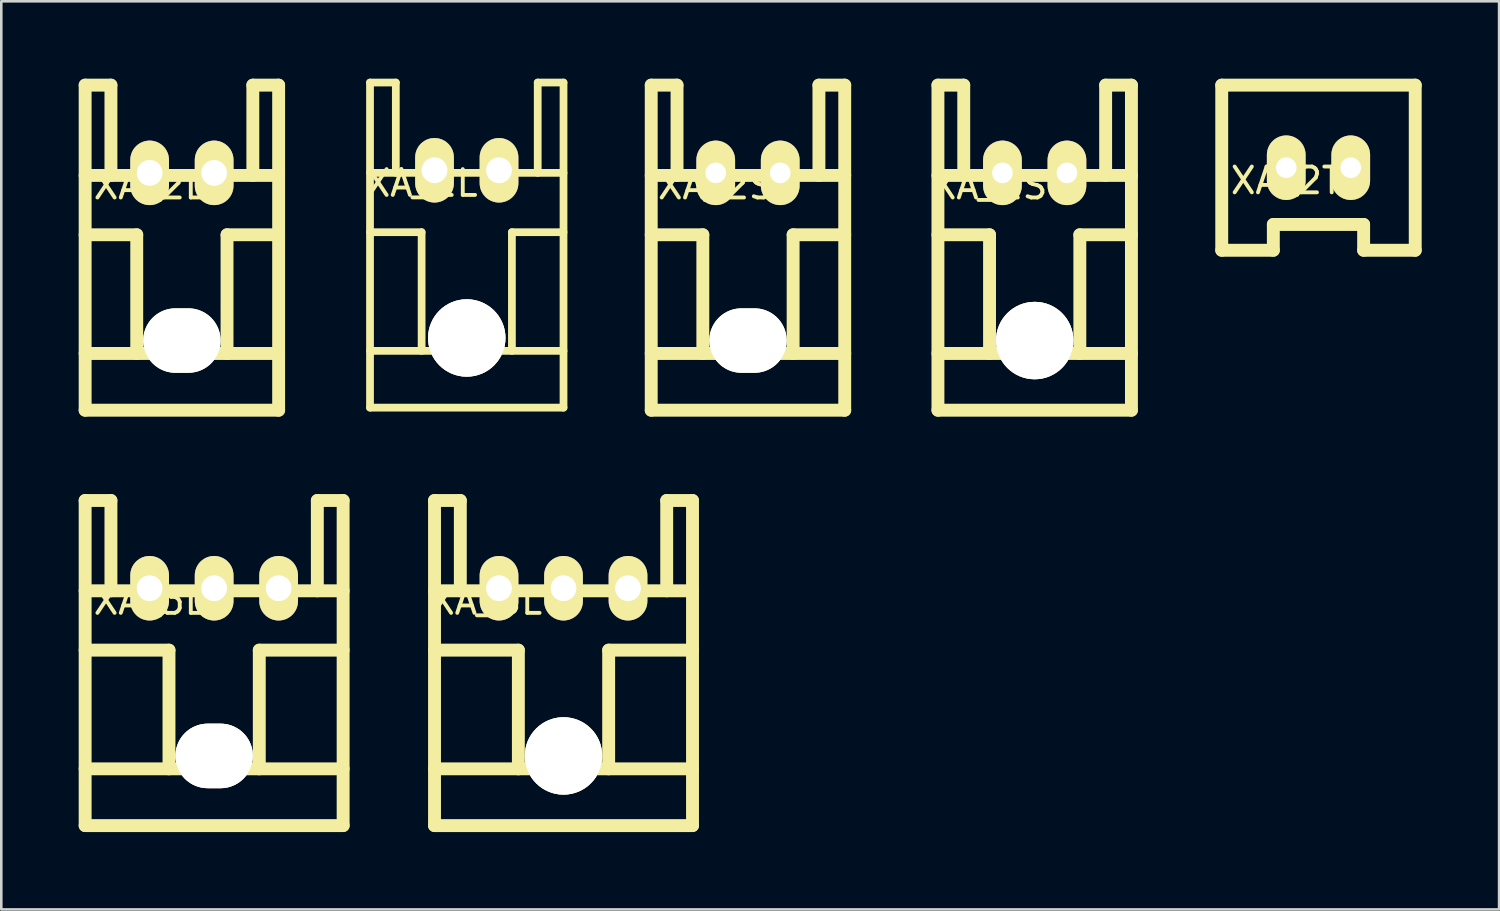
<source format=kicad_pcb>
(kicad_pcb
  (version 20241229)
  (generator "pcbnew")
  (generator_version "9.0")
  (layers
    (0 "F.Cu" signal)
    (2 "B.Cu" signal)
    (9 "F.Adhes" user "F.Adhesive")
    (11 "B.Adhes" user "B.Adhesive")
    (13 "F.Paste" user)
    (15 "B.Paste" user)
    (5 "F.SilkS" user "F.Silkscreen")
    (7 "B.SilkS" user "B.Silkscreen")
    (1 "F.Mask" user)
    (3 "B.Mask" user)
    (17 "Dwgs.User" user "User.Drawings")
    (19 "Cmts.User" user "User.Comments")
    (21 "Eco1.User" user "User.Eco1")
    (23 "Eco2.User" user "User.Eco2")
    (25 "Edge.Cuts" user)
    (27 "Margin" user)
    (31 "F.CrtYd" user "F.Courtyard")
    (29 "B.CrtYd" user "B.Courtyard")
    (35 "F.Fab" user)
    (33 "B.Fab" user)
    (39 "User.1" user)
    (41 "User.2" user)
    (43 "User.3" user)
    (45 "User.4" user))
  (footprint "XA_2S"
    (layer "F.Cu")
    (at 24.692 3.65)
    (property "Reference" "XA_2S" (at 0 0.5 0) (layer "F.SilkS") (effects (font (size 1 1) (thickness 0.15))))
    (attr through_hole)
    (fp_line (start -2.5 -3.4) (end -2.5 9.2) (stroke (width 0.5) (type solid)) (layer "F.SilkS"))
    (fp_line (start -2.5 0.1) (end 5 0.1) (stroke (width 0.5) (type solid)) (layer "F.SilkS"))
    (fp_line (start -2.5 7) (end 5 7) (stroke (width 0.5) (type solid)) (layer "F.SilkS"))
    (fp_line (start -2.5 9.2) (end 5 9.2) (stroke (width 0.5) (type solid)) (layer "F.SilkS"))
    (fp_line (start -1.5 -3.4) (end -2.5 -3.4) (stroke (width 0.5) (type solid)) (layer "F.SilkS"))
    (fp_line (start -1.5 -3.4) (end -1.5 0.1) (stroke (width 0.5) (type solid)) (layer "F.SilkS"))
    (fp_line (start -0.5 2.4) (end -2.5 2.4) (stroke (width 0.5) (type solid)) (layer "F.SilkS"))
    (fp_line (start -0.5 2.4) (end -0.5 7) (stroke (width 0.5) (type solid)) (layer "F.SilkS"))
    (fp_line (start 3 2.4) (end 3 7) (stroke (width 0.5) (type solid)) (layer "F.SilkS"))
    (fp_line (start 3 2.4) (end 5 2.4) (stroke (width 0.5) (type solid)) (layer "F.SilkS"))
    (fp_line (start 4 -3.4) (end 4 0.1) (stroke (width 0.5) (type solid)) (layer "F.SilkS"))
    (fp_line (start 5 -3.4) (end 4 -3.4) (stroke (width 0.5) (type solid)) (layer "F.SilkS"))
    (fp_line (start 5 -3.4) (end 5 9.2) (stroke (width 0.5) (type solid)) (layer "F.SilkS"))
    (pad "" np_thru_hole oval (at 1.25 6.5) (size 3 2.5) (drill oval 3 2.5) (layers "*.Cu" "*.Mask" "F.SilkS"))
    (pad "1" thru_hole oval (at 0 0) (size 1.5 2.5) (drill 0.8) (layers "*.Cu" "*.Mask" "F.SilkS"))
    (pad "2" thru_hole oval (at 2.5 0) (size 1.5 2.5) (drill 0.8) (layers "*.Cu" "*.Mask" "F.SilkS")))
  (footprint "XA_3L"
    (layer "F.Cu")
    (at 2.75 19.75)
    (property "Reference" "XA_3L" (at 0 0.5 0) (layer "F.SilkS") (effects (font (size 1 1) (thickness 0.15))))
    (attr through_hole)
    (fp_line (start -2.5 -3.4) (end -2.5 9.2) (stroke (width 0.5) (type solid)) (layer "F.SilkS"))
    (fp_line (start -2.5 -3.4) (end -1.5 -3.4) (stroke (width 0.5) (type solid)) (layer "F.SilkS"))
    (fp_line (start -2.5 7) (end 7.5 7) (stroke (width 0.5) (type solid)) (layer "F.SilkS"))
    (fp_line (start -1.5 -3.4) (end -1.5 0.1) (stroke (width 0.5) (type solid)) (layer "F.SilkS"))
    (fp_line (start 0.75 2.4) (end -2.5 2.4) (stroke (width 0.5) (type solid)) (layer "F.SilkS"))
    (fp_line (start 0.75 2.4) (end 0.75 7) (stroke (width 0.5) (type solid)) (layer "F.SilkS"))
    (fp_line (start 4.25 2.4) (end 4.25 7) (stroke (width 0.5) (type solid)) (layer "F.SilkS"))
    (fp_line (start 4.25 2.4) (end 7.5 2.4) (stroke (width 0.5) (type solid)) (layer "F.SilkS"))
    (fp_line (start 6.5 -3.4) (end 6.5 0.1) (stroke (width 0.5) (type solid)) (layer "F.SilkS"))
    (fp_line (start 7.5 -3.4) (end 6.5 -3.4) (stroke (width 0.5) (type solid)) (layer "F.SilkS"))
    (fp_line (start 7.5 -3.4) (end 7.5 9.2) (stroke (width 0.5) (type solid)) (layer "F.SilkS"))
    (fp_line (start 7.5 0.1) (end -2.5 0.1) (stroke (width 0.5) (type solid)) (layer "F.SilkS"))
    (fp_line (start 7.5 9.2) (end -2.5 9.2) (stroke (width 0.5) (type solid)) (layer "F.SilkS"))
    (pad "" thru_hole oval (at 2.5 6.5) (size 3 2.5) (drill oval 3 2.5) (layers "*.Cu" "*.Mask" "F.SilkS"))
    (pad "1" thru_hole oval (at 0 0) (size 1.5 2.5) (drill 1) (layers "*.Cu" "*.Mask" "F.SilkS"))
    (pad "2" thru_hole oval (at 2.5 0) (size 1.5 2.5) (drill 1) (layers "*.Cu" "*.Mask" "F.SilkS"))
    (pad "3" thru_hole oval (at 5 0) (size 1.5 2.5) (drill 1) (layers "*.Cu" "*.Mask" "F.SilkS")))
  (footprint "XA_2T"
    (layer "F.Cu")
    (at 46.805 3.45)
    (property "Reference" "XA_2T" (at 0 0.5 0) (layer "F.SilkS") (effects (font (size 1 1) (thickness 0.15))))
    (attr through_hole)
    (fp_line (start -2.5 -3.2) (end -2.5 3.2) (stroke (width 0.5) (type solid)) (layer "F.SilkS"))
    (fp_line (start -2.5 3.2) (end -0.5 3.2) (stroke (width 0.5) (type solid)) (layer "F.SilkS"))
    (fp_line (start -0.5 2.2) (end 3 2.2) (stroke (width 0.5) (type solid)) (layer "F.SilkS"))
    (fp_line (start -0.5 3.2) (end -0.5 2.2) (stroke (width 0.5) (type solid)) (layer "F.SilkS"))
    (fp_line (start 3 2.2) (end 3 3.2) (stroke (width 0.5) (type solid)) (layer "F.SilkS"))
    (fp_line (start 3 3.2) (end 5 3.2) (stroke (width 0.5) (type solid)) (layer "F.SilkS"))
    (fp_line (start 5 -3.2) (end -2.5 -3.2) (stroke (width 0.5) (type solid)) (layer "F.SilkS"))
    (fp_line (start 5 3.2) (end 5 -3.2) (stroke (width 0.5) (type solid)) (layer "F.SilkS"))
    (pad "1" thru_hole oval (at 0 0) (size 1.5 2.5) (drill 0.8) (layers "*.Cu" "*.Mask" "F.SilkS"))
    (pad "2" thru_hole oval (at 2.5 0) (size 1.5 2.5) (drill 0.8) (layers "*.Cu" "*.Mask" "F.SilkS")))
  (footprint "XA_2L"
    (layer "F.Cu")
    (at 2.75 3.65)
    (property "Reference" "XA_2L" (at 0 0.5 0) (layer "F.SilkS") (effects (font (size 1 1) (thickness 0.15))))
    (attr through_hole)
    (fp_line (start -2.5 -3.4) (end -2.5 9.2) (stroke (width 0.5) (type solid)) (layer "F.SilkS"))
    (fp_line (start -2.5 0.1) (end 5 0.1) (stroke (width 0.5) (type solid)) (layer "F.SilkS"))
    (fp_line (start -2.5 7) (end 5 7) (stroke (width 0.5) (type solid)) (layer "F.SilkS"))
    (fp_line (start -2.5 9.2) (end 5 9.2) (stroke (width 0.5) (type solid)) (layer "F.SilkS"))
    (fp_line (start -1.5 -3.4) (end -2.5 -3.4) (stroke (width 0.5) (type solid)) (layer "F.SilkS"))
    (fp_line (start -1.5 -3.4) (end -1.5 0.1) (stroke (width 0.5) (type solid)) (layer "F.SilkS"))
    (fp_line (start -0.5 2.4) (end -2.5 2.4) (stroke (width 0.5) (type solid)) (layer "F.SilkS"))
    (fp_line (start -0.5 2.4) (end -0.5 7) (stroke (width 0.5) (type solid)) (layer "F.SilkS"))
    (fp_line (start 3 2.4) (end 3 7) (stroke (width 0.5) (type solid)) (layer "F.SilkS"))
    (fp_line (start 3 2.4) (end 5 2.4) (stroke (width 0.5) (type solid)) (layer "F.SilkS"))
    (fp_line (start 4 -3.4) (end 4 0.1) (stroke (width 0.5) (type solid)) (layer "F.SilkS"))
    (fp_line (start 5 -3.4) (end 4 -3.4) (stroke (width 0.5) (type solid)) (layer "F.SilkS"))
    (fp_line (start 5 -3.4) (end 5 9.2) (stroke (width 0.5) (type solid)) (layer "F.SilkS"))
    (pad "" np_thru_hole oval (at 1.25 6.5) (size 3 2.5) (drill oval 3 2.5) (layers "*.Cu" "*.Mask" "F.SilkS"))
    (pad "1" thru_hole oval (at 0 0) (size 1.5 2.5) (drill 1) (layers "*.Cu" "*.Mask" "F.SilkS"))
    (pad "2" thru_hole oval (at 2.5 0) (size 1.5 2.5) (drill 1) (layers "*.Cu" "*.Mask" "F.SilkS")))
  (footprint "XA_2LC"
    (layer "F.Cu")
    (at 13.792 3.55)
    (property "Reference" "XA_2LC" (at 0 0.5 0) (layer "F.SilkS") (effects (font (size 1 1) (thickness 0.15))))
    (attr through_hole)
    (fp_line (start -2.5 -3.4) (end -2.5 9.2) (stroke (width 0.3) (type solid)) (layer "F.SilkS"))
    (fp_line (start -2.5 0.1) (end 5 0.1) (stroke (width 0.3) (type solid)) (layer "F.SilkS"))
    (fp_line (start -2.5 7) (end 5 7) (stroke (width 0.3) (type solid)) (layer "F.SilkS"))
    (fp_line (start -2.5 9.2) (end 5 9.2) (stroke (width 0.3) (type solid)) (layer "F.SilkS"))
    (fp_line (start -1.5 -3.4) (end -2.5 -3.4) (stroke (width 0.3) (type solid)) (layer "F.SilkS"))
    (fp_line (start -1.5 -3.4) (end -1.5 0.1) (stroke (width 0.3) (type solid)) (layer "F.SilkS"))
    (fp_line (start -0.5 2.4) (end -2.5 2.4) (stroke (width 0.3) (type solid)) (layer "F.SilkS"))
    (fp_line (start -0.5 2.4) (end -0.5 7) (stroke (width 0.3) (type solid)) (layer "F.SilkS"))
    (fp_line (start 3 2.4) (end 3 7) (stroke (width 0.3) (type solid)) (layer "F.SilkS"))
    (fp_line (start 3 2.4) (end 5 2.4) (stroke (width 0.3) (type solid)) (layer "F.SilkS"))
    (fp_line (start 4 -3.4) (end 4 0.1) (stroke (width 0.3) (type solid)) (layer "F.SilkS"))
    (fp_line (start 5 -3.4) (end 4 -3.4) (stroke (width 0.3) (type solid)) (layer "F.SilkS"))
    (fp_line (start 5 -3.4) (end 5 9.2) (stroke (width 0.3) (type solid)) (layer "F.SilkS"))
    (pad "" thru_hole circle (at 1.25 6.5) (size 3 3) (drill 3) (layers "*.Cu" "*.Mask" "F.SilkS"))
    (pad "1" thru_hole oval (at 0 0) (size 1.5 2.5) (drill 1) (layers "*.Cu" "*.Mask" "F.SilkS"))
    (pad "2" thru_hole oval (at 2.5 0) (size 1.5 2.5) (drill 1) (layers "*.Cu" "*.Mask" "F.SilkS")))
  (footprint "XA_3LC"
    (layer "F.Cu")
    (at 16.292 19.75)
    (property "Reference" "XA_3LC" (at 0 0.5 0) (layer "F.SilkS") (effects (font (size 1 1) (thickness 0.15))))
    (attr through_hole)
    (fp_line (start -2.5 -3.4) (end -2.5 9.2) (stroke (width 0.5) (type solid)) (layer "F.SilkS"))
    (fp_line (start -2.5 -3.4) (end -1.5 -3.4) (stroke (width 0.5) (type solid)) (layer "F.SilkS"))
    (fp_line (start -2.5 7) (end 7.5 7) (stroke (width 0.5) (type solid)) (layer "F.SilkS"))
    (fp_line (start -1.5 -3.4) (end -1.5 0.1) (stroke (width 0.5) (type solid)) (layer "F.SilkS"))
    (fp_line (start 0.75 2.4) (end -2.5 2.4) (stroke (width 0.5) (type solid)) (layer "F.SilkS"))
    (fp_line (start 0.75 2.4) (end 0.75 7) (stroke (width 0.5) (type solid)) (layer "F.SilkS"))
    (fp_line (start 4.25 2.4) (end 4.25 7) (stroke (width 0.5) (type solid)) (layer "F.SilkS"))
    (fp_line (start 4.25 2.4) (end 7.5 2.4) (stroke (width 0.5) (type solid)) (layer "F.SilkS"))
    (fp_line (start 6.5 -3.4) (end 6.5 0.1) (stroke (width 0.5) (type solid)) (layer "F.SilkS"))
    (fp_line (start 7.5 -3.4) (end 6.5 -3.4) (stroke (width 0.5) (type solid)) (layer "F.SilkS"))
    (fp_line (start 7.5 -3.4) (end 7.5 9.2) (stroke (width 0.5) (type solid)) (layer "F.SilkS"))
    (fp_line (start 7.5 0.1) (end -2.5 0.1) (stroke (width 0.5) (type solid)) (layer "F.SilkS"))
    (fp_line (start 7.5 9.2) (end -2.5 9.2) (stroke (width 0.5) (type solid)) (layer "F.SilkS"))
    (pad "" thru_hole circle (at 2.5 6.5) (size 3 3) (drill 3) (layers "*.Cu" "*.Mask" "F.SilkS"))
    (pad "1" thru_hole oval (at 0 0) (size 1.5 2.5) (drill 1) (layers "*.Cu" "*.Mask" "F.SilkS"))
    (pad "2" thru_hole oval (at 2.5 0) (size 1.5 2.5) (drill 1) (layers "*.Cu" "*.Mask" "F.SilkS"))
    (pad "3" thru_hole oval (at 5 0) (size 1.5 2.5) (drill 1) (layers "*.Cu" "*.Mask" "F.SilkS")))
  (footprint "XA_2SC"
    (layer "F.Cu")
    (at 35.805 3.65)
    (property "Reference" "XA_2SC" (at 0 0.5 0) (layer "F.SilkS") (effects (font (size 1 1) (thickness 0.15))))
    (attr through_hole)
    (fp_line (start -2.5 -3.4) (end -2.5 9.2) (stroke (width 0.5) (type solid)) (layer "F.SilkS"))
    (fp_line (start -2.5 0.1) (end 5 0.1) (stroke (width 0.5) (type solid)) (layer "F.SilkS"))
    (fp_line (start -2.5 7) (end 5 7) (stroke (width 0.5) (type solid)) (layer "F.SilkS"))
    (fp_line (start -2.5 9.2) (end 5 9.2) (stroke (width 0.5) (type solid)) (layer "F.SilkS"))
    (fp_line (start -1.5 -3.4) (end -2.5 -3.4) (stroke (width 0.5) (type solid)) (layer "F.SilkS"))
    (fp_line (start -1.5 -3.4) (end -1.5 0.1) (stroke (width 0.5) (type solid)) (layer "F.SilkS"))
    (fp_line (start -0.5 2.4) (end -2.5 2.4) (stroke (width 0.5) (type solid)) (layer "F.SilkS"))
    (fp_line (start -0.5 2.4) (end -0.5 7) (stroke (width 0.5) (type solid)) (layer "F.SilkS"))
    (fp_line (start 3 2.4) (end 3 7) (stroke (width 0.5) (type solid)) (layer "F.SilkS"))
    (fp_line (start 3 2.4) (end 5 2.4) (stroke (width 0.5) (type solid)) (layer "F.SilkS"))
    (fp_line (start 4 -3.4) (end 4 0.1) (stroke (width 0.5) (type solid)) (layer "F.SilkS"))
    (fp_line (start 5 -3.4) (end 4 -3.4) (stroke (width 0.5) (type solid)) (layer "F.SilkS"))
    (fp_line (start 5 -3.4) (end 5 9.2) (stroke (width 0.5) (type solid)) (layer "F.SilkS"))
    (pad "" thru_hole circle (at 1.25 6.5) (size 3 3) (drill 3) (layers "*.Cu" "*.Mask" "F.SilkS"))
    (pad "1" thru_hole oval (at 0 0) (size 1.5 2.5) (drill 0.8) (layers "*.Cu" "*.Mask" "F.SilkS"))
    (pad "2" thru_hole oval (at 2.5 0) (size 1.5 2.5) (drill 0.8) (layers "*.Cu" "*.Mask" "F.SilkS")))
  (gr_rect
    (start -3 -3)
    (end 55.055 32.2)
    (stroke (width 0.1) (type default))
    (fill no)
    (layer "Edge.Cuts")))
</source>
